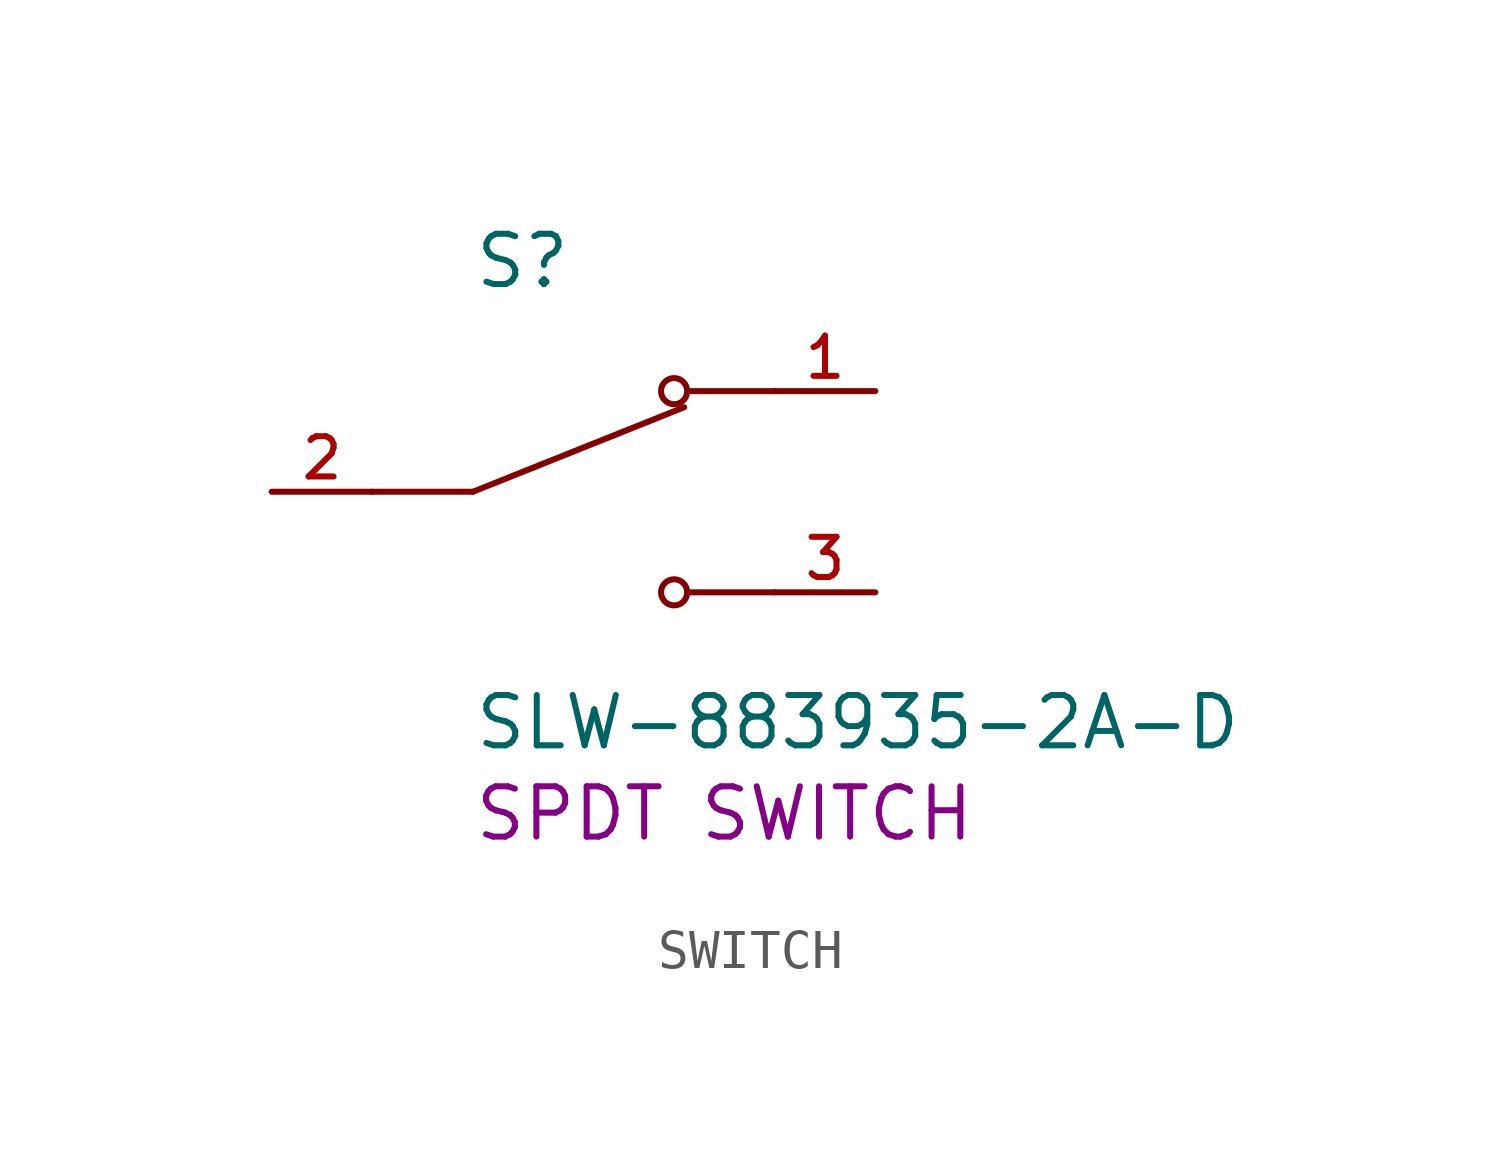
<source format=kicad_sym>
(kicad_symbol_lib
  (version 20241209)
  (generator "kicad_symbol_editor")
  (generator_version "9.0")
  (symbol "SWITCH"
    (pin_names
      (offset 1.016))
    (property "Reference" "S"
      (at -2.54 5.08 0)
      (effects (font (size 1.27 1.27)) (justify left bottom)))
    (property "Value" "SLW-883935-2A-D"
      (at -2.54 -5.08 0)
      (effects (font (size 1.27 1.27)) (justify left top)))
    (property "Name" "SPDT SWITCH"
      (at 3.81 -8.128 0)
      (effects (font (size 1.27 1.27))))
    (symbol "SWITCH_0_0"
      (polyline (pts (xy -2.54 0) (xy -5.08 0)) (stroke (width 0.152) (type default)) (fill (type none)))
      (polyline (pts (xy -2.54 0) (xy 2.794 2.134)) (stroke (width 0.152) (type default)) (fill (type none)))
      (circle (center 2.54 2.54) (radius 0.33) (stroke (width 0.152) (type default)) (fill (type none)))
      (circle (center 2.54 -2.54) (radius 0.33) (stroke (width 0.152) (type default)) (fill (type none)))
      (polyline (pts (xy 5.08 2.54) (xy 2.921 2.54)) (stroke (width 0.152) (type default)) (fill (type none)))
      (polyline (pts (xy 5.08 -2.54) (xy 2.921 -2.54)) (stroke (width 0.152) (type default)) (fill (type none)))
      (pin passive line (at -7.62 0 0) (length 2.54) (name "~" (effects (font (size 1.016 1.016)))) (number "2" (effects (font (size 1.016 1.016)))))
      (pin passive line (at 7.62 2.54 180) (length 2.54) (name "~" (effects (font (size 1.016 1.016)))) (number "1" (effects (font (size 1.016 1.016)))))
      (pin passive line (at 7.62 -2.54 180) (length 2.54) (name "~" (effects (font (size 1.016 1.016)))) (number "3" (effects (font (size 1.016 1.016))))))))
</source>
